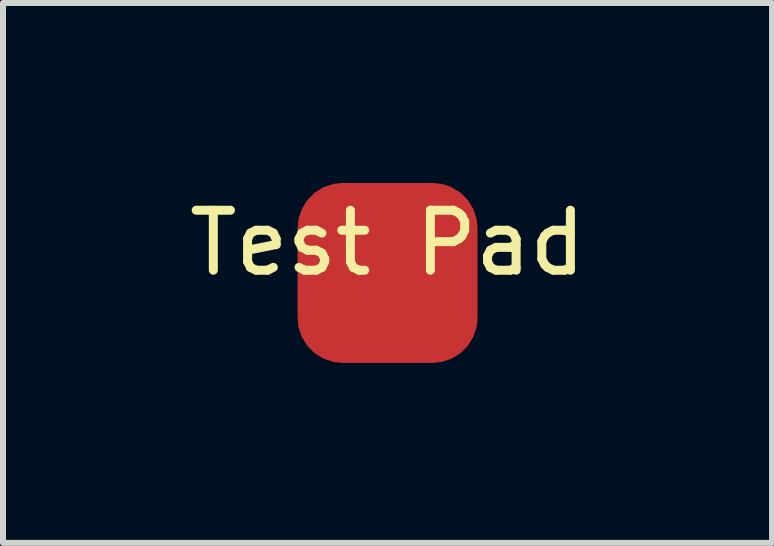
<source format=kicad_pcb>
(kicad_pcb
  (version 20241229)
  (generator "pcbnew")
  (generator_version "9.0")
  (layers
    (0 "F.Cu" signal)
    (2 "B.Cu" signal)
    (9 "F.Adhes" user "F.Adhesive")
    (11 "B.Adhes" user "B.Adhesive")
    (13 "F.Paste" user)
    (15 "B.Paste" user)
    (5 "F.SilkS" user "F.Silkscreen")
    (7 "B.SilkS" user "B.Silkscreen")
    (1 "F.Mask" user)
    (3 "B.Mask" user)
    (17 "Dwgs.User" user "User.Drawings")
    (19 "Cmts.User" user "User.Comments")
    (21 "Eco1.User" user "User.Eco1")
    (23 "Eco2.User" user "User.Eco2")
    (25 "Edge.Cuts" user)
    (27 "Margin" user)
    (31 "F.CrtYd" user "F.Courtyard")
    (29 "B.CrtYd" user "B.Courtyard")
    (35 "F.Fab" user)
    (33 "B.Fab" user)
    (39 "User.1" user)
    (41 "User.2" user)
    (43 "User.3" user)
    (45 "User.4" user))
  (footprint "Test Pad"
    (layer "F.Cu")
    (at 3.411 1.5)
    (property "Reference" "Test Pad" (at 0 -0.5 0) (unlocked yes) (layer "F.SilkS") (effects (font (size 1 1) (thickness 0.15))))
    (attr smd)
    (pad "1" smd roundrect (at 0 0) (size 3 3) (layers "F.Cu" "F.Mask" "F.Paste") (roundrect_rratio 0.25)))
  (gr_rect
    (start -3 -3)
    (end 9.821 6)
    (stroke (width 0.1) (type default))
    (fill no)
    (layer "Edge.Cuts")))
</source>
